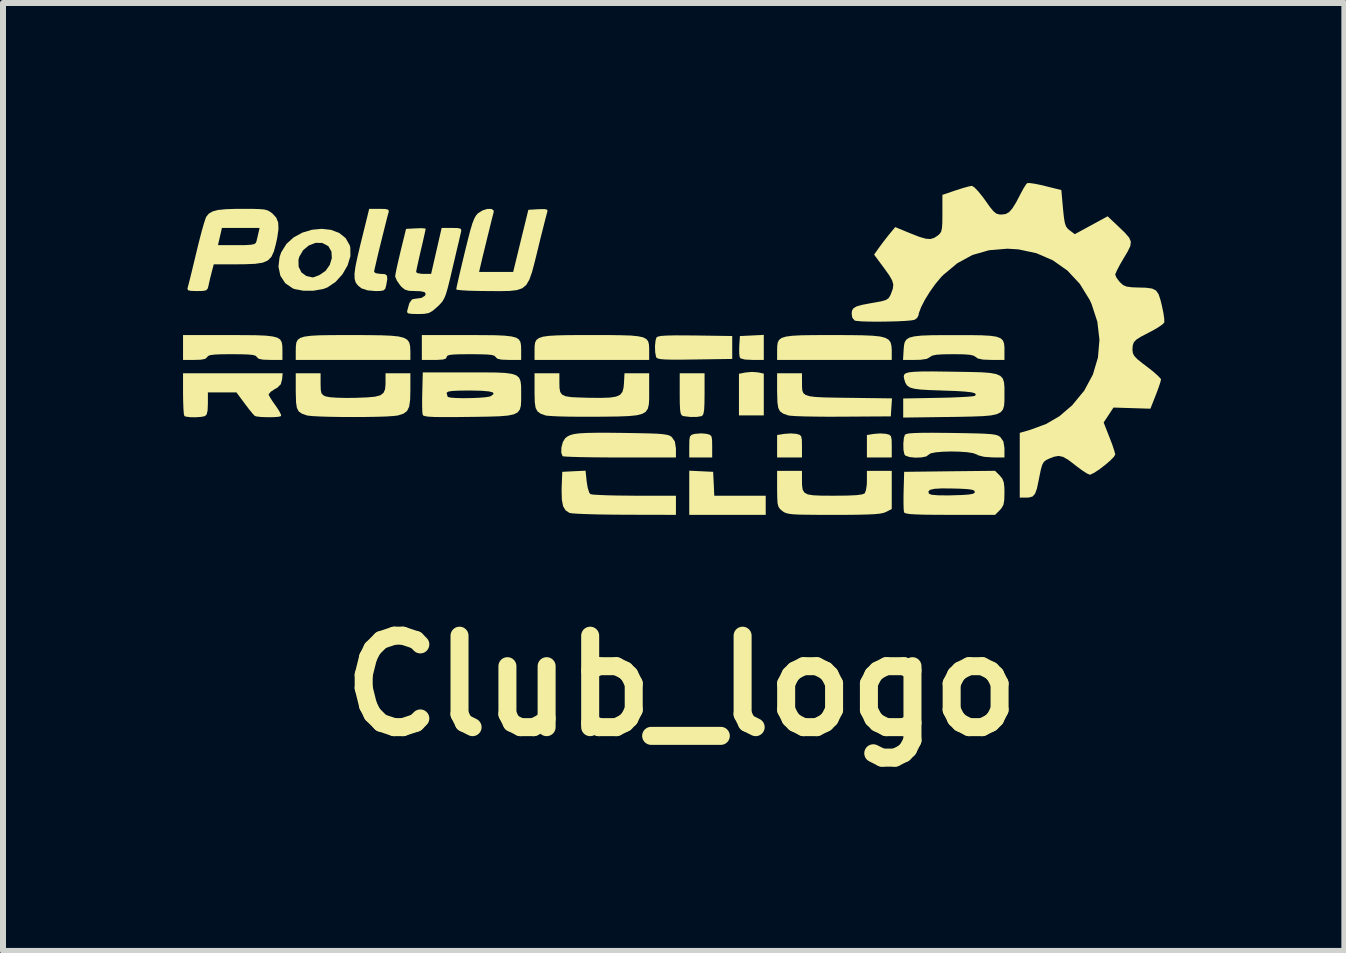
<source format=kicad_pcb>
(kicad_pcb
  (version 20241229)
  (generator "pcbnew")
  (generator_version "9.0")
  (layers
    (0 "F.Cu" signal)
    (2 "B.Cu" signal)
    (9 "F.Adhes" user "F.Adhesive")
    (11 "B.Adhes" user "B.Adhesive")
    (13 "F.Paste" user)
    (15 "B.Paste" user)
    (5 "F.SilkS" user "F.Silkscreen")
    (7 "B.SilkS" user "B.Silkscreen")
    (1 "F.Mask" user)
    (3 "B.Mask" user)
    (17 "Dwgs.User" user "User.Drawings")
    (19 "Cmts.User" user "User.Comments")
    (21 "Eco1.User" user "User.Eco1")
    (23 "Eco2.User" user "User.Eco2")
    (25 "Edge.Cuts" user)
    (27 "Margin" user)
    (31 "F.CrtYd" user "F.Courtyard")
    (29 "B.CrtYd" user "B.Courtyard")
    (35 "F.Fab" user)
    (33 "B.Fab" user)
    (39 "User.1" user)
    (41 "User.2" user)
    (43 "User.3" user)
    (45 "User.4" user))
  (footprint "Club_logo"
    (layer "F.Cu")
    (at 8.308 3.043)
    (property "Reference" "Club_logo" (at 0 5.334 0) (layer "F.SilkS") (effects (font (size 1.524 1.524) (thickness 0.3))))
    (attr smd board_only exclude_from_pos_files exclude_from_bom)
    (fp_poly (pts (xy 0.525 1.769) (xy 0.535 1.968) (xy 0.544 2.167) (xy 1.401 2.167) (xy 1.401 2.486) (xy 0.127 2.486) (xy 0.127 1.75)) (stroke (width 0) (type solid)) (fill yes) (layer "F.SilkS"))
    (fp_poly (pts (xy 1.274 0.112) (xy 1.276 0.112) (xy 1.369 0.133) (xy 1.369 0.829) (xy 0.955 0.829) (xy 0.955 0.135) (xy 1.069 0.113) (xy 1.175 0.104)) (stroke (width 0) (type solid)) (fill yes) (layer "F.SilkS"))
    (fp_poly (pts (xy 1.369 -0.096) (xy 1.177 -0.096) (xy 1.052 -0.102) (xy 0.984 -0.121) (xy 0.968 -0.139) (xy 0.96 -0.196) (xy 0.959 -0.288) (xy 0.961 -0.339) (xy 0.971 -0.494) (xy 1.369 -0.513)) (stroke (width 0) (type solid)) (fill yes) (layer "F.SilkS"))
    (fp_poly (pts (xy 1.911 1.136) (xy 1.913 1.137) (xy 1.965 1.151) (xy 1.992 1.177) (xy 2.003 1.234) (xy 2.005 1.336) (xy 2.005 1.343) (xy 2.005 1.53) (xy 1.591 1.53) (xy 1.591 1.156) (xy 1.706 1.137) (xy 1.813 1.129)) (stroke (width 0) (type solid)) (fill yes) (layer "F.SilkS"))
    (fp_poly (pts (xy 3.407 1.136) (xy 3.409 1.137) (xy 3.461 1.151) (xy 3.488 1.177) (xy 3.499 1.234) (xy 3.501 1.336) (xy 3.501 1.343) (xy 3.501 1.53) (xy 3.087 1.53) (xy 3.087 1.156) (xy 3.202 1.137) (xy 3.309 1.129)) (stroke (width 0) (type solid)) (fill yes) (layer "F.SilkS"))
    (fp_poly (pts (xy 0.414 1.136) (xy 0.467 1.15) (xy 0.496 1.176) (xy 0.507 1.231) (xy 0.509 1.331) (xy 0.509 1.343) (xy 0.509 1.53) (xy 0.127 1.53) (xy 0.127 1.343) (xy 0.129 1.238) (xy 0.139 1.18) (xy 0.166 1.152) (xy 0.217 1.137) (xy 0.223 1.136) (xy 0.329 1.128)) (stroke (width 0) (type solid)) (fill yes) (layer "F.SilkS"))
    (fp_poly (pts (xy 0.382 0.475) (xy 0.38 0.632) (xy 0.375 0.737) (xy 0.364 0.8) (xy 0.346 0.832) (xy 0.332 0.841) (xy 0.255 0.854) (xy 0.148 0.855) (xy 0.045 0.843) (xy 0.024 0.839) (xy -0.001 0.825) (xy -0.017 0.792) (xy -0.026 0.729) (xy -0.031 0.624) (xy -0.032 0.476) (xy -0.032 0.127) (xy 0.382 0.127)) (stroke (width 0) (type solid)) (fill yes) (layer "F.SilkS"))
    (fp_poly (pts (xy 0.101 -0.504) (xy 0.225 -0.503) (xy 0.843 -0.494) (xy 0.843 -0.112) (xy 0.219 -0.103) (xy 0.002 -0.1) (xy -0.16 -0.1) (xy -0.274 -0.103) (xy -0.35 -0.109) (xy -0.395 -0.119) (xy -0.419 -0.133) (xy -0.426 -0.145) (xy -0.441 -0.223) (xy -0.444 -0.324) (xy -0.435 -0.418) (xy -0.419 -0.471) (xy -0.394 -0.485) (xy -0.337 -0.496) (xy -0.24 -0.502) (xy -0.096 -0.505)) (stroke (width 0) (type solid)) (fill yes) (layer "F.SilkS"))
    (fp_poly (pts (xy -5.223 -0.509) (xy -5.005 -0.506) (xy -4.838 -0.499) (xy -4.714 -0.486) (xy -4.628 -0.464) (xy -4.572 -0.432) (xy -4.54 -0.389) (xy -4.525 -0.331) (xy -4.521 -0.259) (xy -4.52 -0.231) (xy -4.52 -0.096) (xy -6.43 -0.096) (xy -6.43 -0.253) (xy -6.428 -0.327) (xy -6.42 -0.385) (xy -6.398 -0.429) (xy -6.355 -0.462) (xy -6.284 -0.484) (xy -6.18 -0.498) (xy -6.034 -0.506) (xy -5.841 -0.509) (xy -5.593 -0.51) (xy -5.497 -0.51)) (stroke (width 0) (type solid)) (fill yes) (layer "F.SilkS"))
    (fp_poly (pts (xy -1.225 -0.51) (xy -1.01 -0.507) (xy -0.846 -0.502) (xy -0.726 -0.49) (xy -0.642 -0.472) (xy -0.589 -0.444) (xy -0.558 -0.406) (xy -0.545 -0.355) (xy -0.541 -0.29) (xy -0.541 -0.253) (xy -0.541 -0.096) (xy -2.451 -0.096) (xy -2.451 -0.253) (xy -2.45 -0.326) (xy -2.442 -0.384) (xy -2.42 -0.428) (xy -2.378 -0.46) (xy -2.31 -0.483) (xy -2.207 -0.497) (xy -2.065 -0.505) (xy -1.875 -0.509) (xy -1.631 -0.51) (xy -1.496 -0.51)) (stroke (width 0) (type solid)) (fill yes) (layer "F.SilkS"))
    (fp_poly (pts (xy 2.798 -0.509) (xy 3.016 -0.506) (xy 3.183 -0.499) (xy 3.307 -0.486) (xy 3.393 -0.464) (xy 3.449 -0.432) (xy 3.481 -0.389) (xy 3.496 -0.331) (xy 3.501 -0.259) (xy 3.501 -0.231) (xy 3.501 -0.096) (xy 1.591 -0.096) (xy 1.591 -0.253) (xy 1.593 -0.327) (xy 1.601 -0.385) (xy 1.623 -0.429) (xy 1.666 -0.462) (xy 1.737 -0.484) (xy 1.841 -0.498) (xy 1.987 -0.506) (xy 2.18 -0.509) (xy 2.428 -0.51) (xy 2.524 -0.51)) (stroke (width 0) (type solid)) (fill yes) (layer "F.SilkS"))
    (fp_poly (pts (xy -1.582 1.932) (xy -1.565 2.035) (xy -1.541 2.112) (xy -1.522 2.14) (xy -1.479 2.148) (xy -1.382 2.154) (xy -1.241 2.16) (xy -1.067 2.164) (xy -0.868 2.166) (xy -0.788 2.167) (xy -0.095 2.167) (xy -0.095 2.486) (xy -0.947 2.484) (xy -1.177 2.482) (xy -1.388 2.479) (xy -1.572 2.474) (xy -1.72 2.468) (xy -1.822 2.461) (xy -1.868 2.454) (xy -1.933 2.412) (xy -1.975 2.343) (xy -1.996 2.235) (xy -2 2.079) (xy -1.999 2.031) (xy -1.989 1.769) (xy -1.795 1.759) (xy -1.601 1.75)) (stroke (width 0) (type solid)) (fill yes) (layer "F.SilkS"))
    (fp_poly (pts (xy 2.006 0.279) (xy 2.006 0.355) (xy 2.011 0.414) (xy 2.029 0.458) (xy 2.067 0.489) (xy 2.132 0.509) (xy 2.232 0.522) (xy 2.374 0.529) (xy 2.566 0.533) (xy 2.786 0.536) (xy 3.505 0.545) (xy 3.495 0.695) (xy 3.485 0.845) (xy 2.674 0.85) (xy 2.448 0.851) (xy 2.239 0.849) (xy 2.057 0.846) (xy 1.911 0.841) (xy 1.812 0.834) (xy 1.772 0.828) (xy 1.692 0.799) (xy 1.64 0.762) (xy 1.61 0.704) (xy 1.596 0.611) (xy 1.592 0.47) (xy 1.591 0.426) (xy 1.591 0.127) (xy 2.005 0.127)) (stroke (width 0) (type solid)) (fill yes) (layer "F.SilkS"))
    (fp_poly (pts (xy -7.288 -0.509) (xy -7.083 -0.507) (xy -6.927 -0.5) (xy -6.815 -0.487) (xy -6.738 -0.467) (xy -6.69 -0.436) (xy -6.665 -0.393) (xy -6.654 -0.336) (xy -6.652 -0.263) (xy -6.652 -0.253) (xy -6.652 -0.096) (xy -6.856 -0.096) (xy -6.978 -0.1) (xy -7.048 -0.115) (xy -7.078 -0.143) (xy -7.078 -0.143) (xy -7.097 -0.164) (xy -7.142 -0.178) (xy -7.222 -0.186) (xy -7.349 -0.19) (xy -7.491 -0.191) (xy -7.662 -0.19) (xy -7.779 -0.185) (xy -7.852 -0.176) (xy -7.892 -0.161) (xy -7.905 -0.143) (xy -7.937 -0.114) (xy -8.01 -0.099) (xy -8.116 -0.096) (xy -8.308 -0.096) (xy -8.308 -0.51) (xy -7.551 -0.51)) (stroke (width 0) (type solid)) (fill yes) (layer "F.SilkS"))
    (fp_poly (pts (xy -1.208 1.118) (xy -0.949 1.121) (xy -0.715 1.125) (xy -0.536 1.129) (xy -0.403 1.134) (xy -0.309 1.142) (xy -0.245 1.152) (xy -0.202 1.165) (xy -0.173 1.183) (xy -0.162 1.192) (xy -0.113 1.264) (xy -0.096 1.372) (xy -0.095 1.391) (xy -0.095 1.53) (xy -1.029 1.53) (xy -1.267 1.529) (xy -1.484 1.527) (xy -1.672 1.524) (xy -1.822 1.52) (xy -1.928 1.515) (xy -1.98 1.51) (xy -1.984 1.508) (xy -2.006 1.45) (xy -2.003 1.361) (xy -1.979 1.272) (xy -1.943 1.213) (xy -1.906 1.182) (xy -1.859 1.158) (xy -1.795 1.14) (xy -1.706 1.128) (xy -1.583 1.121) (xy -1.42 1.118)) (stroke (width 0) (type solid)) (fill yes) (layer "F.SilkS"))
    (fp_poly (pts (xy -3.31 -0.509) (xy -3.104 -0.507) (xy -2.949 -0.5) (xy -2.836 -0.487) (xy -2.759 -0.467) (xy -2.711 -0.436) (xy -2.686 -0.393) (xy -2.676 -0.336) (xy -2.674 -0.263) (xy -2.674 -0.253) (xy -2.674 -0.096) (xy -2.877 -0.096) (xy -2.999 -0.1) (xy -3.069 -0.115) (xy -3.099 -0.143) (xy -3.099 -0.143) (xy -3.118 -0.164) (xy -3.163 -0.178) (xy -3.243 -0.186) (xy -3.369 -0.19) (xy -3.516 -0.191) (xy -3.685 -0.19) (xy -3.8 -0.186) (xy -3.87 -0.178) (xy -3.905 -0.164) (xy -3.915 -0.144) (xy -3.915 -0.143) (xy -3.929 -0.117) (xy -3.978 -0.102) (xy -4.075 -0.096) (xy -4.122 -0.096) (xy -4.329 -0.096) (xy -4.329 -0.51) (xy -3.572 -0.51)) (stroke (width 0) (type solid)) (fill yes) (layer "F.SilkS"))
    (fp_poly (pts (xy -4.938 -2.611) (xy -4.89 -2.599) (xy -4.879 -2.575) (xy -4.882 -2.558) (xy -4.902 -2.487) (xy -4.93 -2.376) (xy -4.965 -2.237) (xy -5.003 -2.084) (xy -5.041 -1.93) (xy -5.075 -1.788) (xy -5.102 -1.67) (xy -5.12 -1.591) (xy -5.125 -1.563) (xy -5.097 -1.541) (xy -5.028 -1.53) (xy -5.013 -1.53) (xy -4.943 -1.525) (xy -4.909 -1.499) (xy -4.905 -1.44) (xy -4.922 -1.343) (xy -4.937 -1.284) (xy -4.966 -1.255) (xy -5.025 -1.244) (xy -5.106 -1.243) (xy -5.233 -1.255) (xy -5.329 -1.286) (xy -5.342 -1.294) (xy -5.395 -1.337) (xy -5.431 -1.385) (xy -5.449 -1.448) (xy -5.451 -1.534) (xy -5.435 -1.653) (xy -5.401 -1.814) (xy -5.351 -2.026) (xy -5.342 -2.062) (xy -5.206 -2.613) (xy -5.036 -2.613)) (stroke (width 0) (type solid)) (fill yes) (layer "F.SilkS"))
    (fp_poly (pts (xy 4.803 -0.509) (xy 4.997 -0.506) (xy 5.142 -0.498) (xy 5.244 -0.483) (xy 5.312 -0.458) (xy 5.352 -0.422) (xy 5.372 -0.372) (xy 5.379 -0.306) (xy 5.379 -0.253) (xy 5.379 -0.096) (xy 5.16 -0.096) (xy 5.022 -0.101) (xy 4.937 -0.119) (xy 4.902 -0.143) (xy 4.868 -0.166) (xy 4.804 -0.181) (xy 4.699 -0.189) (xy 4.542 -0.191) (xy 4.52 -0.191) (xy 4.356 -0.189) (xy 4.246 -0.182) (xy 4.178 -0.168) (xy 4.141 -0.147) (xy 4.138 -0.143) (xy 4.084 -0.113) (xy 3.981 -0.098) (xy 3.894 -0.096) (xy 3.689 -0.096) (xy 3.699 -0.262) (xy 3.705 -0.336) (xy 3.718 -0.394) (xy 3.747 -0.437) (xy 3.797 -0.468) (xy 3.877 -0.488) (xy 3.993 -0.501) (xy 4.153 -0.507) (xy 4.365 -0.509) (xy 4.553 -0.509)) (stroke (width 0) (type solid)) (fill yes) (layer "F.SilkS"))
    (fp_poly (pts (xy -6.658 0.231) (xy -6.68 0.311) (xy -6.738 0.368) (xy -6.78 0.391) (xy -6.848 0.436) (xy -6.881 0.477) (xy -6.881 0.486) (xy -6.857 0.531) (xy -6.808 0.607) (xy -6.762 0.671) (xy -6.707 0.754) (xy -6.676 0.816) (xy -6.674 0.84) (xy -6.717 0.852) (xy -6.802 0.858) (xy -6.906 0.859) (xy -7.008 0.855) (xy -7.086 0.846) (xy -7.114 0.836) (xy -7.148 0.8) (xy -7.207 0.728) (xy -7.278 0.635) (xy -7.282 0.629) (xy -7.418 0.446) (xy -7.894 0.446) (xy -7.894 0.634) (xy -7.899 0.749) (xy -7.915 0.814) (xy -7.944 0.841) (xy -8.01 0.854) (xy -8.102 0.86) (xy -8.196 0.858) (xy -8.266 0.848) (xy -8.286 0.839) (xy -8.295 0.8) (xy -8.302 0.712) (xy -8.306 0.588) (xy -8.308 0.473) (xy -8.308 0.127) (xy -6.648 0.127)) (stroke (width 0) (type solid)) (fill yes) (layer "F.SilkS"))
    (fp_poly (pts (xy 4.392 1.12) (xy 4.496 1.121) (xy 4.735 1.125) (xy 4.92 1.129) (xy 5.057 1.134) (xy 5.155 1.141) (xy 5.222 1.15) (xy 5.267 1.163) (xy 5.297 1.18) (xy 5.312 1.192) (xy 5.362 1.264) (xy 5.379 1.372) (xy 5.379 1.391) (xy 5.379 1.53) (xy 5.18 1.529) (xy 5.04 1.519) (xy 4.943 1.494) (xy 4.92 1.481) (xy 4.859 1.458) (xy 4.757 1.442) (xy 4.628 1.433) (xy 4.488 1.43) (xy 4.351 1.434) (xy 4.234 1.444) (xy 4.15 1.461) (xy 4.118 1.482) (xy 4.076 1.513) (xy 3.994 1.529) (xy 3.895 1.533) (xy 3.799 1.523) (xy 3.731 1.5) (xy 3.712 1.479) (xy 3.696 1.401) (xy 3.694 1.299) (xy 3.703 1.205) (xy 3.72 1.153) (xy 3.741 1.139) (xy 3.79 1.129) (xy 3.872 1.123) (xy 3.996 1.119) (xy 4.166 1.118)) (stroke (width 0) (type solid)) (fill yes) (layer "F.SilkS"))
    (fp_poly (pts (xy -2.037 0.279) (xy -2.035 0.373) (xy -2.023 0.439) (xy -1.991 0.483) (xy -1.932 0.51) (xy -1.834 0.525) (xy -1.688 0.531) (xy -1.553 0.535) (xy -1.348 0.537) (xy -1.197 0.532) (xy -1.093 0.516) (xy -1.026 0.486) (xy -0.987 0.438) (xy -0.968 0.368) (xy -0.961 0.294) (xy -0.952 0.127) (xy -0.541 0.127) (xy -0.541 0.43) (xy -0.541 0.55) (xy -0.546 0.644) (xy -0.563 0.716) (xy -0.598 0.768) (xy -0.658 0.804) (xy -0.751 0.827) (xy -0.882 0.84) (xy -1.06 0.847) (xy -1.291 0.85) (xy -1.447 0.851) (xy -1.662 0.851) (xy -1.86 0.85) (xy -2.031 0.846) (xy -2.164 0.84) (xy -2.249 0.833) (xy -2.27 0.829) (xy -2.35 0.8) (xy -2.402 0.762) (xy -2.433 0.704) (xy -2.447 0.611) (xy -2.451 0.471) (xy -2.451 0.426) (xy -2.451 0.127) (xy -2.037 0.127)) (stroke (width 0) (type solid)) (fill yes) (layer "F.SilkS"))
    (fp_poly (pts (xy -6.016 0.304) (xy -6.013 0.406) (xy -6 0.464) (xy -5.967 0.496) (xy -5.928 0.513) (xy -5.86 0.526) (xy -5.742 0.534) (xy -5.588 0.538) (xy -5.432 0.536) (xy -5.244 0.529) (xy -5.11 0.517) (xy -5.021 0.494) (xy -4.968 0.454) (xy -4.942 0.394) (xy -4.934 0.308) (xy -4.934 0.265) (xy -4.934 0.127) (xy -4.52 0.127) (xy -4.52 0.408) (xy -4.524 0.571) (xy -4.54 0.683) (xy -4.575 0.755) (xy -4.633 0.799) (xy -4.721 0.828) (xy -4.728 0.83) (xy -4.802 0.839) (xy -4.926 0.847) (xy -5.088 0.852) (xy -5.274 0.855) (xy -5.473 0.856) (xy -5.673 0.855) (xy -5.862 0.852) (xy -6.027 0.847) (xy -6.156 0.84) (xy -6.236 0.831) (xy -6.249 0.828) (xy -6.329 0.799) (xy -6.381 0.762) (xy -6.411 0.704) (xy -6.425 0.611) (xy -6.429 0.47) (xy -6.43 0.426) (xy -6.43 0.127) (xy -6.016 0.127)) (stroke (width 0) (type solid)) (fill yes) (layer "F.SilkS"))
    (fp_poly (pts (xy 2.005 1.898) (xy 2.007 1.997) (xy 2.017 2.067) (xy 2.046 2.115) (xy 2.102 2.145) (xy 2.193 2.16) (xy 2.33 2.166) (xy 2.52 2.167) (xy 2.541 2.167) (xy 2.756 2.165) (xy 2.91 2.158) (xy 3.007 2.145) (xy 3.049 2.129) (xy 3.071 2.077) (xy 3.085 1.986) (xy 3.087 1.922) (xy 3.087 1.753) (xy 3.501 1.753) (xy 3.501 2.389) (xy 3.407 2.437) (xy 3.366 2.453) (xy 3.306 2.465) (xy 3.219 2.474) (xy 3.097 2.48) (xy 2.932 2.484) (xy 2.717 2.486) (xy 2.536 2.486) (xy 2.293 2.486) (xy 2.105 2.484) (xy 1.965 2.482) (xy 1.863 2.477) (xy 1.792 2.469) (xy 1.742 2.457) (xy 1.707 2.442) (xy 1.678 2.422) (xy 1.675 2.42) (xy 1.636 2.385) (xy 1.612 2.347) (xy 1.598 2.29) (xy 1.593 2.199) (xy 1.591 2.06) (xy 1.591 2.053) (xy 1.591 1.753) (xy 2.005 1.753)) (stroke (width 0) (type solid)) (fill yes) (layer "F.SilkS"))
    (fp_poly (pts (xy 5.3 1.83) (xy 5.344 1.883) (xy 5.368 1.945) (xy 5.378 2.035) (xy 5.379 2.119) (xy 5.376 2.24) (xy 5.362 2.318) (xy 5.331 2.374) (xy 5.301 2.408) (xy 5.223 2.486) (xy 4.473 2.486) (xy 4.224 2.485) (xy 4.033 2.483) (xy 3.893 2.478) (xy 3.797 2.472) (xy 3.738 2.462) (xy 3.71 2.449) (xy 3.706 2.444) (xy 3.7 2.395) (xy 3.697 2.299) (xy 3.697 2.172) (xy 3.699 2.097) (xy 4.111 2.097) (xy 4.121 2.133) (xy 4.165 2.151) (xy 4.271 2.16) (xy 4.44 2.162) (xy 4.514 2.16) (xy 4.677 2.155) (xy 4.786 2.147) (xy 4.85 2.136) (xy 4.88 2.12) (xy 4.886 2.103) (xy 4.875 2.082) (xy 4.837 2.067) (xy 4.761 2.057) (xy 4.638 2.05) (xy 4.522 2.047) (xy 4.339 2.045) (xy 4.213 2.052) (xy 4.139 2.069) (xy 4.111 2.097) (xy 3.699 2.097) (xy 3.699 2.085) (xy 3.708 1.769) (xy 4.465 1.76) (xy 5.222 1.752)) (stroke (width 0) (type solid)) (fill yes) (layer "F.SilkS"))
    (fp_poly (pts (xy -5.843 -2.263) (xy -5.707 -2.212) (xy -5.599 -2.126) (xy -5.531 -2.006) (xy -5.521 -1.97) (xy -5.519 -1.825) (xy -5.566 -1.671) (xy -5.652 -1.522) (xy -5.767 -1.395) (xy -5.902 -1.304) (xy -5.973 -1.277) (xy -6.136 -1.249) (xy -6.304 -1.249) (xy -6.449 -1.276) (xy -6.48 -1.288) (xy -6.605 -1.374) (xy -6.686 -1.498) (xy -6.718 -1.648) (xy -6.705 -1.763) (xy -6.385 -1.763) (xy -6.382 -1.648) (xy -6.335 -1.553) (xy -6.255 -1.495) (xy -6.231 -1.489) (xy -6.171 -1.476) (xy -6.15 -1.47) (xy -6.118 -1.478) (xy -6.05 -1.504) (xy -6.033 -1.511) (xy -5.933 -1.58) (xy -5.863 -1.679) (xy -5.829 -1.792) (xy -5.835 -1.901) (xy -5.886 -1.99) (xy -5.89 -1.993) (xy -5.989 -2.045) (xy -6.101 -2.046) (xy -6.212 -2.003) (xy -6.307 -1.924) (xy -6.371 -1.815) (xy -6.385 -1.763) (xy -6.705 -1.763) (xy -6.699 -1.812) (xy -6.672 -1.889) (xy -6.585 -2.029) (xy -6.464 -2.138) (xy -6.319 -2.217) (xy -6.159 -2.265) (xy -5.997 -2.28)) (stroke (width 0) (type solid)) (fill yes) (layer "F.SilkS"))
    (fp_poly (pts (xy 4.399 0.099) (xy 4.545 0.101) (xy 4.797 0.105) (xy 4.992 0.11) (xy 5.138 0.121) (xy 5.242 0.14) (xy 5.31 0.17) (xy 5.351 0.214) (xy 5.372 0.277) (xy 5.379 0.361) (xy 5.379 0.47) (xy 5.379 0.482) (xy 5.379 0.586) (xy 5.373 0.667) (xy 5.354 0.73) (xy 5.316 0.776) (xy 5.253 0.808) (xy 5.156 0.829) (xy 5.02 0.841) (xy 4.838 0.848) (xy 4.603 0.853) (xy 4.45 0.855) (xy 3.692 0.865) (xy 3.692 0.547) (xy 4.278 0.536) (xy 4.466 0.532) (xy 4.631 0.525) (xy 4.763 0.518) (xy 4.853 0.51) (xy 4.889 0.502) (xy 4.902 0.477) (xy 4.882 0.458) (xy 4.823 0.443) (xy 4.72 0.432) (xy 4.565 0.422) (xy 4.353 0.415) (xy 4.343 0.414) (xy 4.135 0.407) (xy 3.981 0.398) (xy 3.873 0.384) (xy 3.8 0.362) (xy 3.755 0.329) (xy 3.727 0.284) (xy 3.708 0.222) (xy 3.707 0.217) (xy 3.701 0.178) (xy 3.708 0.149) (xy 3.734 0.127) (xy 3.788 0.111) (xy 3.874 0.102) (xy 4 0.097) (xy 4.173 0.096)) (stroke (width 0) (type solid)) (fill yes) (layer "F.SilkS"))
    (fp_poly (pts (xy -3.169 -2.612) (xy -3.132 -2.586) (xy -3.132 -2.558) (xy -3.145 -2.507) (xy -3.17 -2.41) (xy -3.202 -2.279) (xy -3.239 -2.13) (xy -3.276 -1.977) (xy -3.311 -1.835) (xy -3.339 -1.717) (xy -3.355 -1.649) (xy -3.375 -1.562) (xy -2.807 -1.562) (xy -2.681 -2.079) (xy -2.554 -2.597) (xy -2.387 -2.607) (xy -2.287 -2.609) (xy -2.24 -2.599) (xy -2.235 -2.575) (xy -2.247 -2.532) (xy -2.272 -2.438) (xy -2.306 -2.303) (xy -2.348 -2.138) (xy -2.39 -1.964) (xy -2.446 -1.736) (xy -2.492 -1.562) (xy -2.537 -1.434) (xy -2.588 -1.346) (xy -2.655 -1.29) (xy -2.745 -1.259) (xy -2.867 -1.245) (xy -3.029 -1.242) (xy -3.219 -1.243) (xy -3.396 -1.245) (xy -3.548 -1.249) (xy -3.666 -1.256) (xy -3.738 -1.264) (xy -3.756 -1.271) (xy -3.749 -1.31) (xy -3.729 -1.4) (xy -3.699 -1.532) (xy -3.66 -1.696) (xy -3.616 -1.88) (xy -3.615 -1.884) (xy -3.563 -2.095) (xy -3.522 -2.253) (xy -3.488 -2.367) (xy -3.458 -2.445) (xy -3.429 -2.498) (xy -3.398 -2.535) (xy -3.391 -2.541) (xy -3.315 -2.588) (xy -3.236 -2.612)) (stroke (width 0) (type solid)) (fill yes) (layer "F.SilkS"))
    (fp_poly (pts (xy -3.3 0.112) (xy -3.096 0.114) (xy -2.942 0.121) (xy -2.831 0.136) (xy -2.756 0.161) (xy -2.709 0.2) (xy -2.685 0.256) (xy -2.675 0.331) (xy -2.674 0.428) (xy -2.674 0.478) (xy -2.674 0.586) (xy -2.679 0.67) (xy -2.697 0.733) (xy -2.733 0.779) (xy -2.796 0.811) (xy -2.891 0.831) (xy -3.027 0.843) (xy -3.209 0.849) (xy -3.446 0.853) (xy -3.553 0.854) (xy -3.797 0.857) (xy -3.984 0.857) (xy -4.122 0.855) (xy -4.217 0.85) (xy -4.276 0.841) (xy -4.307 0.83) (xy -4.314 0.82) (xy -4.321 0.771) (xy -4.324 0.675) (xy -4.324 0.545) (xy -4.322 0.457) (xy -3.915 0.457) (xy -3.901 0.511) (xy -3.894 0.521) (xy -3.851 0.532) (xy -3.761 0.539) (xy -3.641 0.542) (xy -3.508 0.54) (xy -3.378 0.535) (xy -3.268 0.526) (xy -3.195 0.514) (xy -3.18 0.508) (xy -3.134 0.473) (xy -3.143 0.447) (xy -3.21 0.429) (xy -3.337 0.418) (xy -3.525 0.414) (xy -3.535 0.414) (xy -3.703 0.416) (xy -3.817 0.421) (xy -3.883 0.431) (xy -3.912 0.447) (xy -3.915 0.457) (xy -4.322 0.457) (xy -4.322 0.444) (xy -4.313 0.112) (xy -3.56 0.112)) (stroke (width 0) (type solid)) (fill yes) (layer "F.SilkS"))
    (fp_poly (pts (xy -7.152 -2.613) (xy -7.034 -2.609) (xy -6.954 -2.602) (xy -6.898 -2.587) (xy -6.855 -2.563) (xy -6.814 -2.531) (xy -6.754 -2.465) (xy -6.722 -2.384) (xy -6.718 -2.275) (xy -6.739 -2.128) (xy -6.762 -2.024) (xy -6.795 -1.901) (xy -6.836 -1.813) (xy -6.895 -1.753) (xy -6.981 -1.716) (xy -7.105 -1.697) (xy -7.277 -1.69) (xy -7.385 -1.689) (xy -7.796 -1.689) (xy -7.828 -1.568) (xy -7.856 -1.457) (xy -7.88 -1.352) (xy -7.881 -1.345) (xy -7.896 -1.286) (xy -7.923 -1.256) (xy -7.979 -1.245) (xy -8.075 -1.243) (xy -8.174 -1.246) (xy -8.223 -1.256) (xy -8.235 -1.28) (xy -8.231 -1.299) (xy -8.218 -1.347) (xy -8.193 -1.446) (xy -8.159 -1.584) (xy -8.119 -1.75) (xy -8.086 -1.887) (xy -8.057 -2.008) (xy -7.726 -2.008) (xy -7.414 -2.008) (xy -7.268 -2.009) (xy -7.175 -2.015) (xy -7.121 -2.026) (xy -7.095 -2.046) (xy -7.087 -2.064) (xy -7.069 -2.137) (xy -7.053 -2.207) (xy -7.033 -2.295) (xy -7.66 -2.295) (xy -7.693 -2.151) (xy -7.726 -2.008) (xy -8.057 -2.008) (xy -8.042 -2.067) (xy -8 -2.229) (xy -7.963 -2.36) (xy -7.934 -2.45) (xy -7.92 -2.483) (xy -7.878 -2.534) (xy -7.816 -2.57) (xy -7.726 -2.594) (xy -7.598 -2.607) (xy -7.42 -2.613) (xy -7.322 -2.613)) (stroke (width 0) (type solid)) (fill yes) (layer "F.SilkS"))
    (fp_poly (pts (xy -3.731 -2.293) (xy -3.683 -2.282) (xy -3.671 -2.257) (xy -3.677 -2.223) (xy -3.69 -2.169) (xy -3.714 -2.064) (xy -3.748 -1.922) (xy -3.787 -1.754) (xy -3.817 -1.627) (xy -3.862 -1.435) (xy -3.898 -1.293) (xy -3.927 -1.193) (xy -3.956 -1.121) (xy -3.987 -1.069) (xy -4.025 -1.025) (xy -4.069 -0.982) (xy -4.148 -0.914) (xy -4.213 -0.877) (xy -4.292 -0.863) (xy -4.393 -0.86) (xy -4.5 -0.863) (xy -4.557 -0.872) (xy -4.575 -0.892) (xy -4.572 -0.916) (xy -4.551 -0.993) (xy -4.536 -1.044) (xy -4.493 -1.104) (xy -4.441 -1.115) (xy -4.335 -1.129) (xy -4.275 -1.167) (xy -4.265 -1.199) (xy -4.285 -1.226) (xy -4.351 -1.24) (xy -4.437 -1.243) (xy -4.543 -1.247) (xy -4.611 -1.267) (xy -4.666 -1.311) (xy -4.692 -1.341) (xy -4.745 -1.417) (xy -4.772 -1.481) (xy -4.773 -1.492) (xy -4.765 -1.543) (xy -4.745 -1.641) (xy -4.715 -1.772) (xy -4.682 -1.912) (xy -4.592 -2.279) (xy -4.428 -2.288) (xy -4.336 -2.291) (xy -4.277 -2.286) (xy -4.265 -2.28) (xy -4.272 -2.244) (xy -4.291 -2.159) (xy -4.318 -2.039) (xy -4.345 -1.925) (xy -4.377 -1.785) (xy -4.403 -1.668) (xy -4.42 -1.587) (xy -4.424 -1.559) (xy -4.396 -1.54) (xy -4.326 -1.53) (xy -4.299 -1.53) (xy -4.174 -1.53) (xy -3.999 -2.295) (xy -3.829 -2.295)) (stroke (width 0) (type solid)) (fill yes) (layer "F.SilkS"))
    (fp_poly (pts (xy 5.89 -3.03) (xy 6.007 -3.006) (xy 6.058 -2.993) (xy 6.327 -2.926) (xy 6.354 -2.621) (xy 6.369 -2.478) (xy 6.384 -2.383) (xy 6.404 -2.322) (xy 6.433 -2.282) (xy 6.467 -2.254) (xy 6.551 -2.191) (xy 6.825 -2.34) (xy 7.098 -2.489) (xy 7.276 -2.321) (xy 7.388 -2.213) (xy 7.457 -2.133) (xy 7.485 -2.066) (xy 7.477 -1.995) (xy 7.434 -1.905) (xy 7.37 -1.798) (xy 7.305 -1.686) (xy 7.255 -1.591) (xy 7.228 -1.529) (xy 7.225 -1.517) (xy 7.245 -1.467) (xy 7.295 -1.4) (xy 7.303 -1.391) (xy 7.356 -1.343) (xy 7.417 -1.317) (xy 7.506 -1.306) (xy 7.582 -1.303) (xy 7.735 -1.299) (xy 7.839 -1.285) (xy 7.905 -1.252) (xy 7.948 -1.19) (xy 7.98 -1.091) (xy 8 -1.01) (xy 8.026 -0.888) (xy 8.041 -0.787) (xy 8.043 -0.724) (xy 8.042 -0.718) (xy 8.006 -0.683) (xy 7.928 -0.63) (xy 7.823 -0.571) (xy 7.792 -0.555) (xy 7.663 -0.488) (xy 7.582 -0.438) (xy 7.536 -0.392) (xy 7.517 -0.339) (xy 7.512 -0.27) (xy 7.512 -0.264) (xy 7.518 -0.211) (xy 7.541 -0.164) (xy 7.591 -0.11) (xy 7.679 -0.039) (xy 7.751 0.015) (xy 7.855 0.096) (xy 7.935 0.167) (xy 7.982 0.217) (xy 7.988 0.231) (xy 7.976 0.279) (xy 7.947 0.367) (xy 7.905 0.479) (xy 7.899 0.494) (xy 7.811 0.717) (xy 7.196 0.698) (xy 7.114 0.823) (xy 7.032 0.947) (xy 7.128 1.192) (xy 7.174 1.311) (xy 7.207 1.41) (xy 7.224 1.472) (xy 7.225 1.481) (xy 7.201 1.521) (xy 7.139 1.584) (xy 7.053 1.657) (xy 6.961 1.728) (xy 6.876 1.784) (xy 6.814 1.814) (xy 6.802 1.817) (xy 6.757 1.798) (xy 6.678 1.748) (xy 6.581 1.676) (xy 6.557 1.657) (xy 6.442 1.569) (xy 6.356 1.52) (xy 6.284 1.504) (xy 6.207 1.517) (xy 6.133 1.545) (xy 6.076 1.572) (xy 6.036 1.603) (xy 6.008 1.653) (xy 5.985 1.734) (xy 5.959 1.86) (xy 5.949 1.912) (xy 5.92 2.049) (xy 5.889 2.134) (xy 5.848 2.18) (xy 5.787 2.197) (xy 5.741 2.199) (xy 5.634 2.199) (xy 5.634 1.12) (xy 5.815 1.067) (xy 6.075 0.971) (xy 6.297 0.841) (xy 6.503 0.664) (xy 6.51 0.657) (xy 6.71 0.414) (xy 6.853 0.147) (xy 6.937 -0.137) (xy 6.962 -0.432) (xy 6.927 -0.732) (xy 6.83 -1.029) (xy 6.797 -1.1) (xy 6.634 -1.364) (xy 6.429 -1.584) (xy 6.186 -1.755) (xy 5.911 -1.874) (xy 5.611 -1.938) (xy 5.427 -1.949) (xy 5.121 -1.923) (xy 4.845 -1.844) (xy 4.594 -1.707) (xy 4.36 -1.512) (xy 4.32 -1.471) (xy 4.229 -1.362) (xy 4.137 -1.233) (xy 4.054 -1.099) (xy 3.99 -0.974) (xy 3.953 -0.875) (xy 3.947 -0.838) (xy 3.922 -0.793) (xy 3.885 -0.766) (xy 3.833 -0.755) (xy 3.732 -0.746) (xy 3.596 -0.739) (xy 3.441 -0.735) (xy 3.28 -0.733) (xy 3.129 -0.734) (xy 3.001 -0.738) (xy 2.912 -0.746) (xy 2.883 -0.752) (xy 2.844 -0.798) (xy 2.833 -0.865) (xy 2.839 -0.918) (xy 2.864 -0.957) (xy 2.917 -0.988) (xy 3.011 -1.014) (xy 3.153 -1.041) (xy 3.21 -1.051) (xy 3.331 -1.073) (xy 3.405 -1.095) (xy 3.448 -1.124) (xy 3.477 -1.171) (xy 3.488 -1.197) (xy 3.519 -1.282) (xy 3.527 -1.351) (xy 3.507 -1.422) (xy 3.456 -1.51) (xy 3.37 -1.63) (xy 3.207 -1.85) (xy 3.291 -1.969) (xy 3.369 -2.074) (xy 3.453 -2.181) (xy 3.467 -2.198) (xy 3.559 -2.309) (xy 3.809 -2.206) (xy 3.959 -2.147) (xy 4.066 -2.116) (xy 4.144 -2.11) (xy 4.208 -2.129) (xy 4.265 -2.166) (xy 4.302 -2.198) (xy 4.325 -2.236) (xy 4.338 -2.294) (xy 4.344 -2.386) (xy 4.345 -2.526) (xy 4.345 -2.537) (xy 4.345 -2.846) (xy 4.566 -2.921) (xy 4.682 -2.958) (xy 4.778 -2.985) (xy 4.836 -2.996) (xy 4.838 -2.996) (xy 4.878 -2.971) (xy 4.942 -2.905) (xy 5.019 -2.809) (xy 5.057 -2.757) (xy 5.138 -2.643) (xy 5.197 -2.572) (xy 5.244 -2.534) (xy 5.292 -2.52) (xy 5.331 -2.518) (xy 5.398 -2.526) (xy 5.456 -2.558) (xy 5.513 -2.623) (xy 5.578 -2.729) (xy 5.645 -2.858) (xy 5.695 -2.951) (xy 5.738 -3.019) (xy 5.759 -3.042) (xy 5.802 -3.043)) (stroke (width 0) (type solid)) (fill yes) (layer "F.SilkS")))
  (gr_rect
    (start -3 -3)
    (end 19.351 12.795)
    (stroke (width 0.1) (type default))
    (fill no)
    (layer "Edge.Cuts")))
</source>
